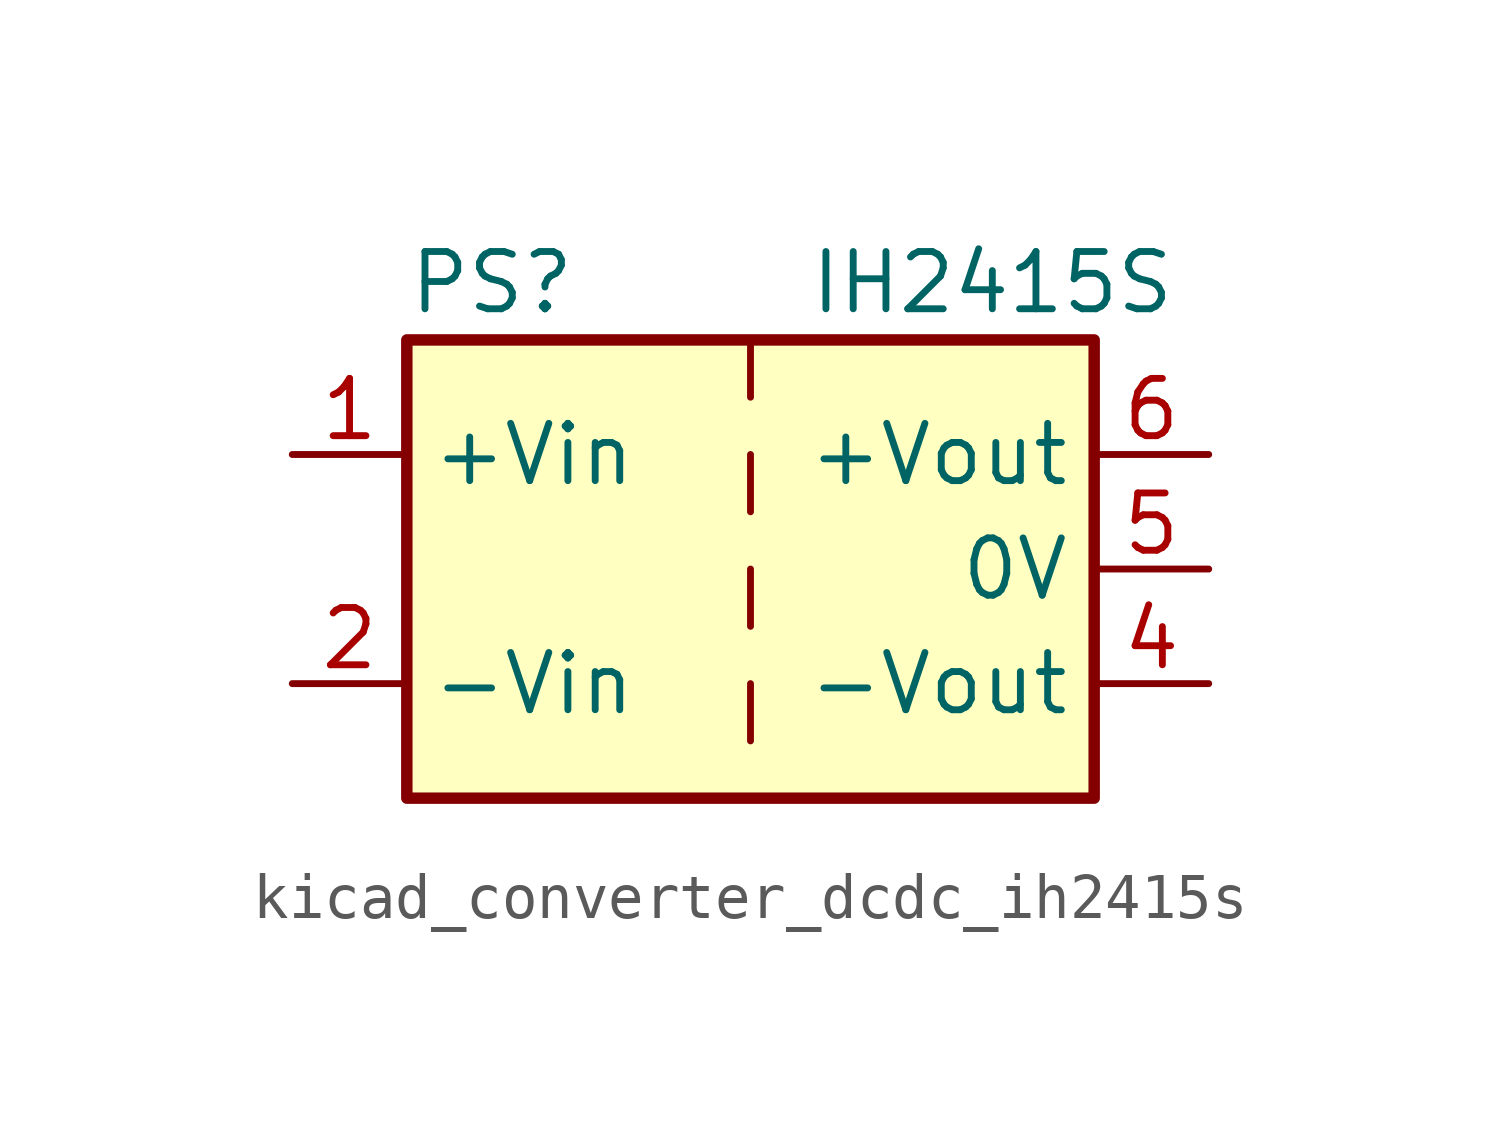
<source format=kicad_sym>
(kicad_symbol_lib
  (version 20220914)
  (generator kicad_symbol_editor)
  (symbol "kicad_converter_dcdc_ih2415s"
    (property "Reference" "PS"
      (at -7.62 6.35 0)
      (effects (font (size 1.27 1.27)) (justify left)))
    (property "Value" "IH2415S"
      (at 1.27 6.35 0)
      (effects (font (size 1.27 1.27)) (justify left)))
    (symbol "kicad_converter_dcdc_ih2415s_0_0"
      (pin power_in line (at -10.16 2.54 0) (length 2.54) (name "+Vin" (effects (font (size 1.27 1.27)))) (number "1" (effects (font (size 1.27 1.27)))))
      (pin power_in line (at -10.16 -2.54 0) (length 2.54) (name "-Vin" (effects (font (size 1.27 1.27)))) (number "2" (effects (font (size 1.27 1.27)))))
      (pin power_out line (at 10.16 -2.54 180) (length 2.54) (name "-Vout" (effects (font (size 1.27 1.27)))) (number "4" (effects (font (size 1.27 1.27)))))
      (pin power_out line (at 10.16 0 180) (length 2.54) (name "0V" (effects (font (size 1.27 1.27)))) (number "5" (effects (font (size 1.27 1.27)))))
      (pin power_out line (at 10.16 2.54 180) (length 2.54) (name "+Vout" (effects (font (size 1.27 1.27)))) (number "6" (effects (font (size 1.27 1.27))))))
    (symbol "kicad_converter_dcdc_ih2415s_0_1"
      (rectangle (start -7.62 5.08) (end 7.62 -5.08) (stroke (width 0.254) (type default)) (fill (type background)))
      (polyline (pts (xy 0 -2.54) (xy 0 -3.81)) (stroke (width 0) (type default)) (fill (type none)))
      (polyline (pts (xy 0 0) (xy 0 -1.27)) (stroke (width 0) (type default)) (fill (type none)))
      (polyline (pts (xy 0 2.54) (xy 0 1.27)) (stroke (width 0) (type default)) (fill (type none)))
      (polyline (pts (xy 0 5.08) (xy 0 3.81)) (stroke (width 0) (type default)) (fill (type none))))))
</source>
